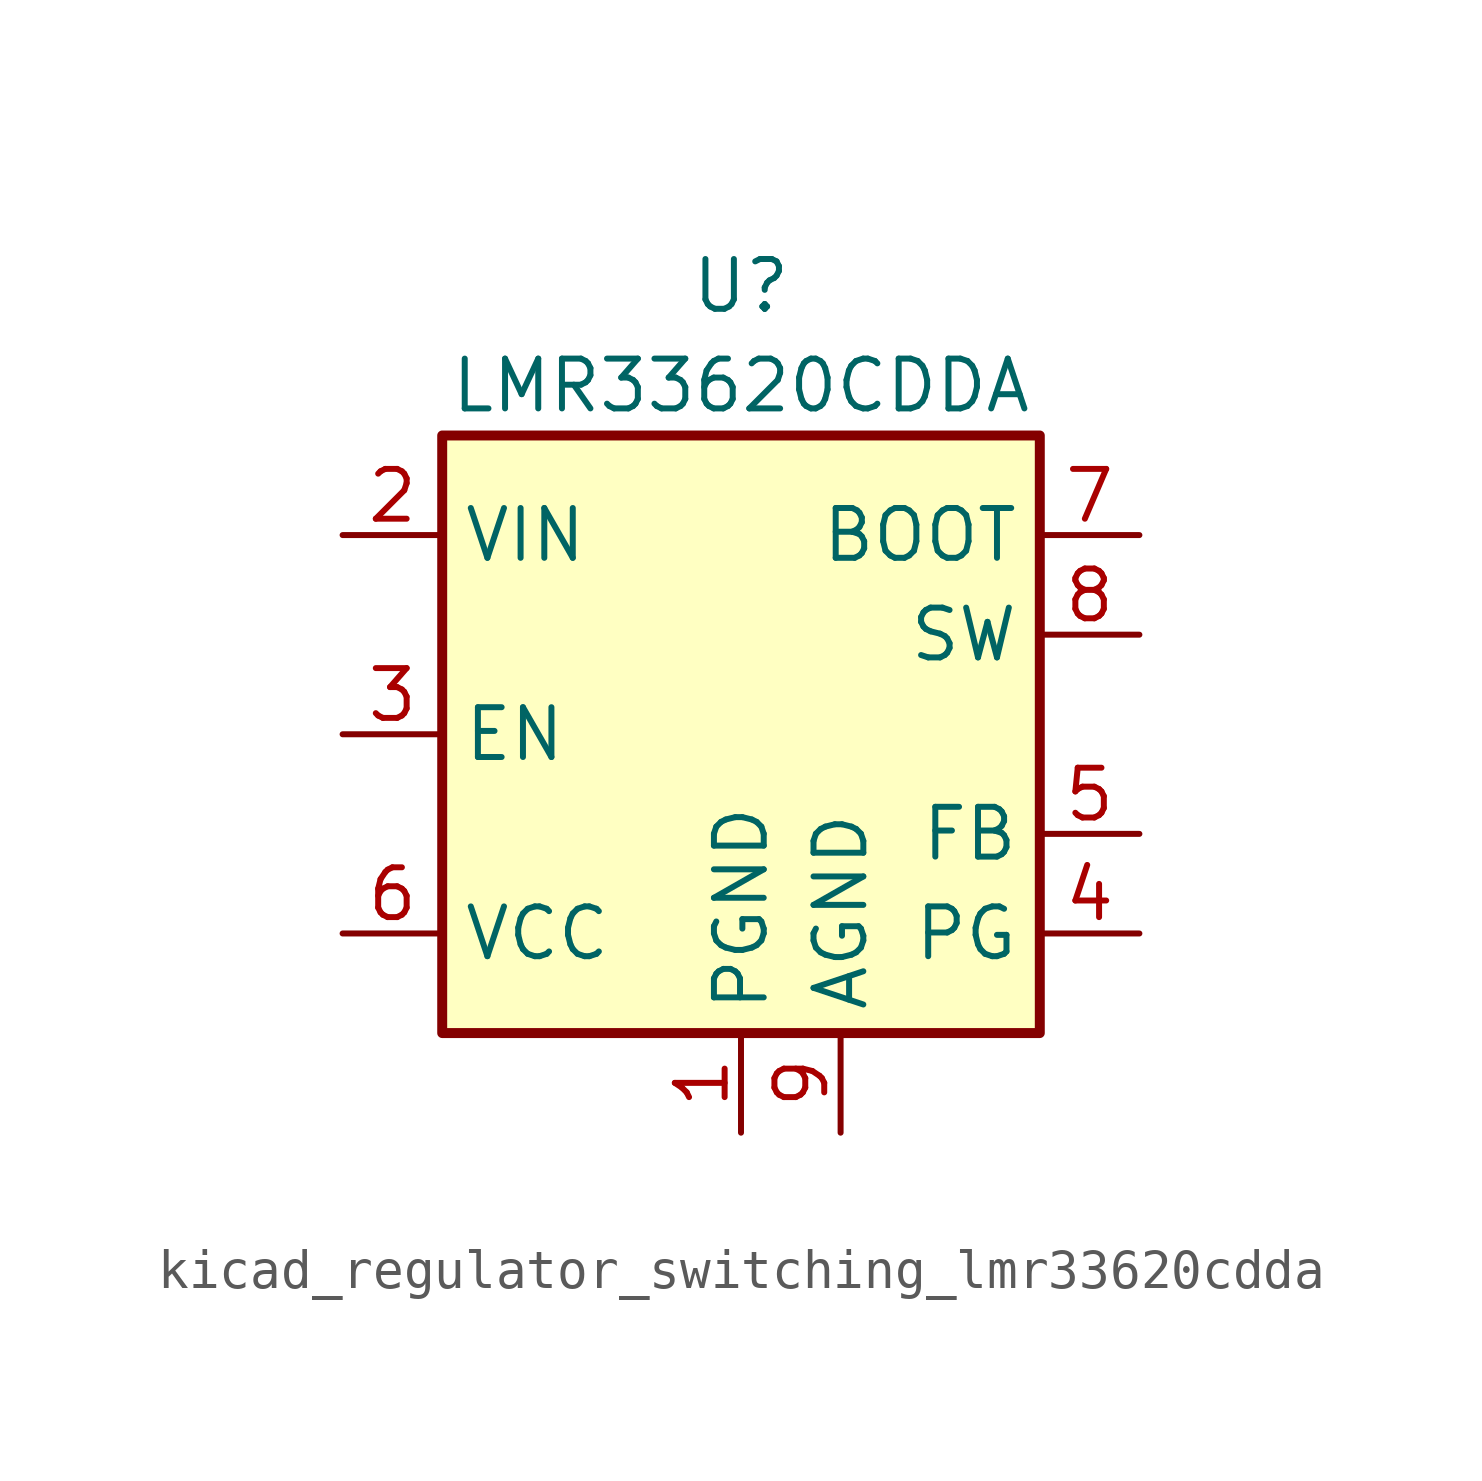
<source format=kicad_sym>
(kicad_symbol_lib
  (version 20220914)
  (generator kicad_symbol_editor)
  (symbol "kicad_regulator_switching_lmr33620cdda"
    (property "Reference" "U"
      (at 0 11.43 0)
      (effects (font (size 1.27 1.27))))
    (property "Value" "LMR33620CDDA"
      (at 0 8.89 0)
      (effects (font (size 1.27 1.27))))
    (symbol "kicad_regulator_switching_lmr33620cdda_0_1"
      (rectangle (start -7.62 7.62) (end 7.62 -7.62) (stroke (width 0.254) (type default)) (fill (type background))))
    (symbol "kicad_regulator_switching_lmr33620cdda_1_1"
      (pin power_in line (at 0 -10.16 90) (length 2.54) (name "PGND" (effects (font (size 1.27 1.27)))) (number "1" (effects (font (size 1.27 1.27)))))
      (pin power_in line (at -10.16 5.08 0) (length 2.54) (name "VIN" (effects (font (size 1.27 1.27)))) (number "2" (effects (font (size 1.27 1.27)))))
      (pin input line (at -10.16 0 0) (length 2.54) (name "EN" (effects (font (size 1.27 1.27)))) (number "3" (effects (font (size 1.27 1.27)))))
      (pin open_collector line (at 10.16 -5.08 180) (length 2.54) (name "PG" (effects (font (size 1.27 1.27)))) (number "4" (effects (font (size 1.27 1.27)))))
      (pin input line (at 10.16 -2.54 180) (length 2.54) (name "FB" (effects (font (size 1.27 1.27)))) (number "5" (effects (font (size 1.27 1.27)))))
      (pin power_out line (at -10.16 -5.08 0) (length 2.54) (name "VCC" (effects (font (size 1.27 1.27)))) (number "6" (effects (font (size 1.27 1.27)))))
      (pin input line (at 10.16 5.08 180) (length 2.54) (name "BOOT" (effects (font (size 1.27 1.27)))) (number "7" (effects (font (size 1.27 1.27)))))
      (pin output line (at 10.16 2.54 180) (length 2.54) (name "SW" (effects (font (size 1.27 1.27)))) (number "8" (effects (font (size 1.27 1.27)))))
      (pin power_in line (at 2.54 -10.16 90) (length 2.54) (name "AGND" (effects (font (size 1.27 1.27)))) (number "9" (effects (font (size 1.27 1.27))))))))
</source>
